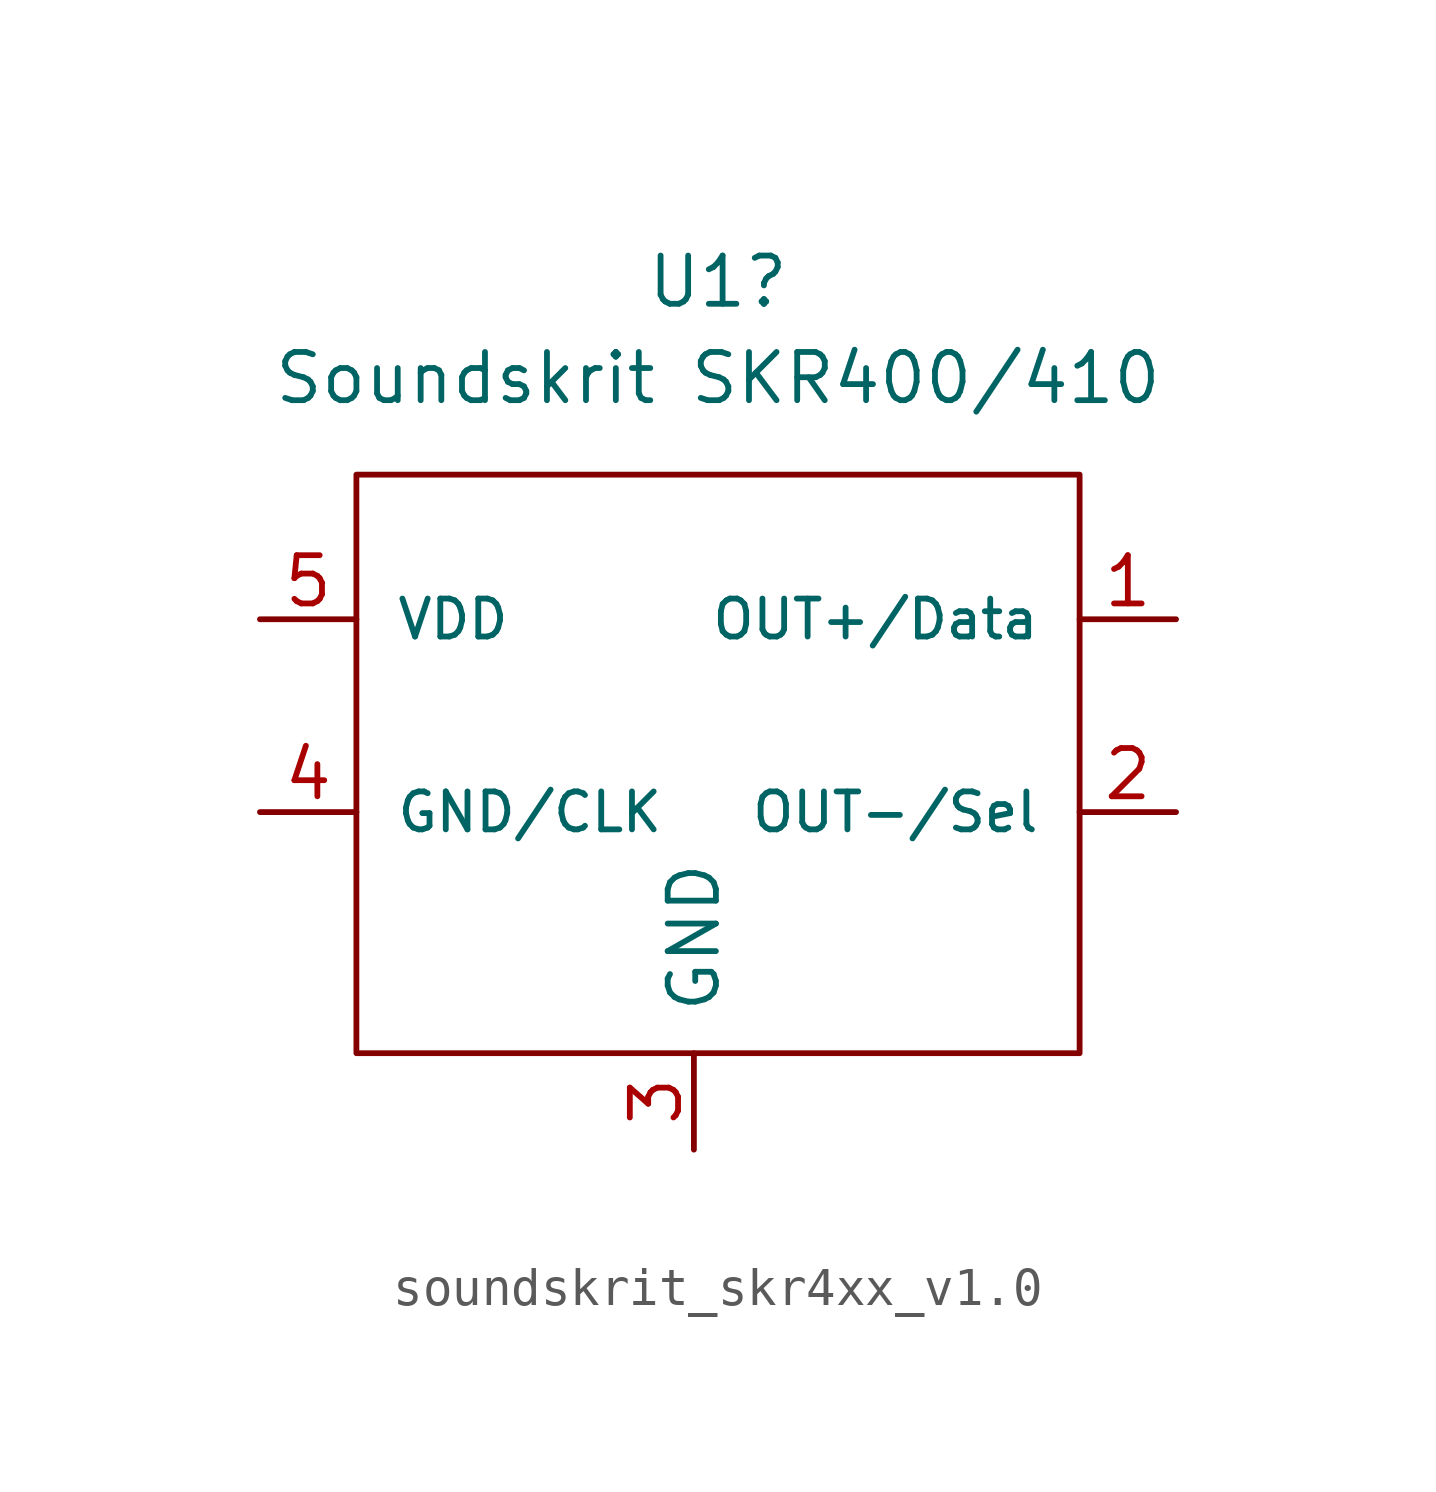
<source format=kicad_sym>
(kicad_symbol_lib
  (version 20231120)
  (generator "kicad_symbol_editor")
  (generator_version "8.0")
  (symbol "soundskrit_skr4xx_v1.0"
    (pin_names
      (offset 1.016))
    (property "Reference" "U1"
      (at 5.715 3.81 0)
      (effects (font (size 1.27 1.27))))
    (property "Value" "Soundskrit SKR400/410"
      (at 5.715 1.27 0)
      (effects (font (size 1.27 1.27))))
    (symbol "soundskrit_skr4xx_v1.0_0_1"
      (polyline (pts (xy -3.81 -1.27) (xy 15.24 -1.27) (xy 15.24 -16.51) (xy 0 -16.51) (xy -3.81 -16.51) (xy -3.81 -8.89) (xy -3.81 -1.27)) (stroke (width 0) (type default)) (fill (type none))))
    (symbol "soundskrit_skr4xx_v1.0_1_1"
      (pin output line (at 17.78 -5.08 180) (length 2.54) (name "OUT+/Data" (effects (font (size 1 1)))) (number "1" (effects (font (size 1.27 1.27)))))
      (pin bidirectional line (at 17.78 -10.16 180) (length 2.54) (name "OUT-/Sel" (effects (font (size 1 1)))) (number "2" (effects (font (size 1.27 1.27)))))
      (pin power_in line (at 5.08 -19.05 90) (length 2.54) (name "GND" (effects (font (size 1.27 1.27)))) (number "3" (effects (font (size 1.27 1.27)))))
      (pin bidirectional line (at -6.35 -10.16 0) (length 2.54) (name "GND/CLK" (effects (font (size 1 1)))) (number "4" (effects (font (size 1.27 1.27)))))
      (pin power_in line (at -6.35 -5.08 0) (length 2.54) (name "VDD" (effects (font (size 1 1)))) (number "5" (effects (font (size 1.27 1.27))))))))
</source>
